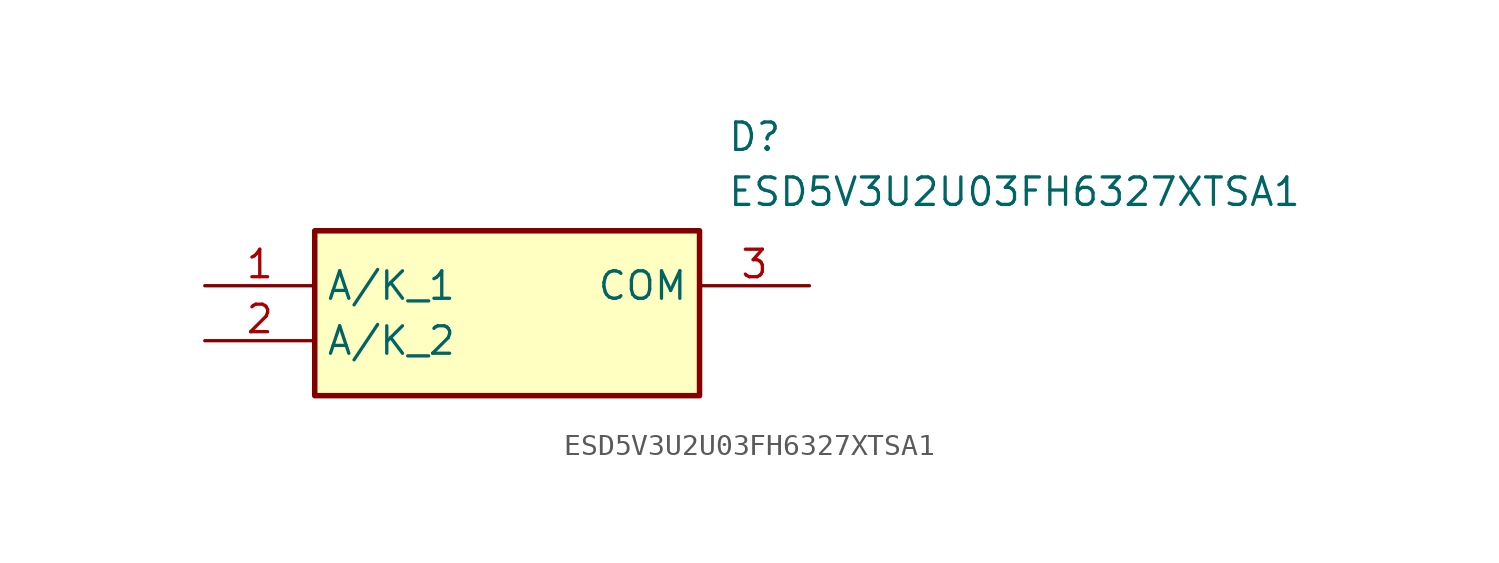
<source format=kicad_sym>
(kicad_symbol_lib
  (version 20211014)
  (generator SamacSys_ECAD_Model)
  (symbol "ESD5V3U2U03FH6327XTSA1"
    (property "Reference" "D"
      (at 24.13 7.62 0)
      (effects (font (size 1.27 1.27)) (justify left top)))
    (property "Value" "ESD5V3U2U03FH6327XTSA1"
      (at 24.13 5.08 0)
      (effects (font (size 1.27 1.27)) (justify left top)))
    (rectangle
      (start 5.08 2.54)
      (end 22.86 -5.08)
      (stroke (width 0.254) (type default))
      (fill (type background)))
    (pin passive line
      (at 0 0 0)
      (length 5.08)
      (name "A/K_1" (effects (font (size 1.27 1.27))))
      (number "1" (effects (font (size 1.27 1.27)))))
    (pin passive line
      (at 0 -2.54 0)
      (length 5.08)
      (name "A/K_2" (effects (font (size 1.27 1.27))))
      (number "2" (effects (font (size 1.27 1.27)))))
    (pin passive line
      (at 27.94 0 180)
      (length 5.08)
      (name "COM" (effects (font (size 1.27 1.27))))
      (number "3" (effects (font (size 1.27 1.27)))))))
</source>
